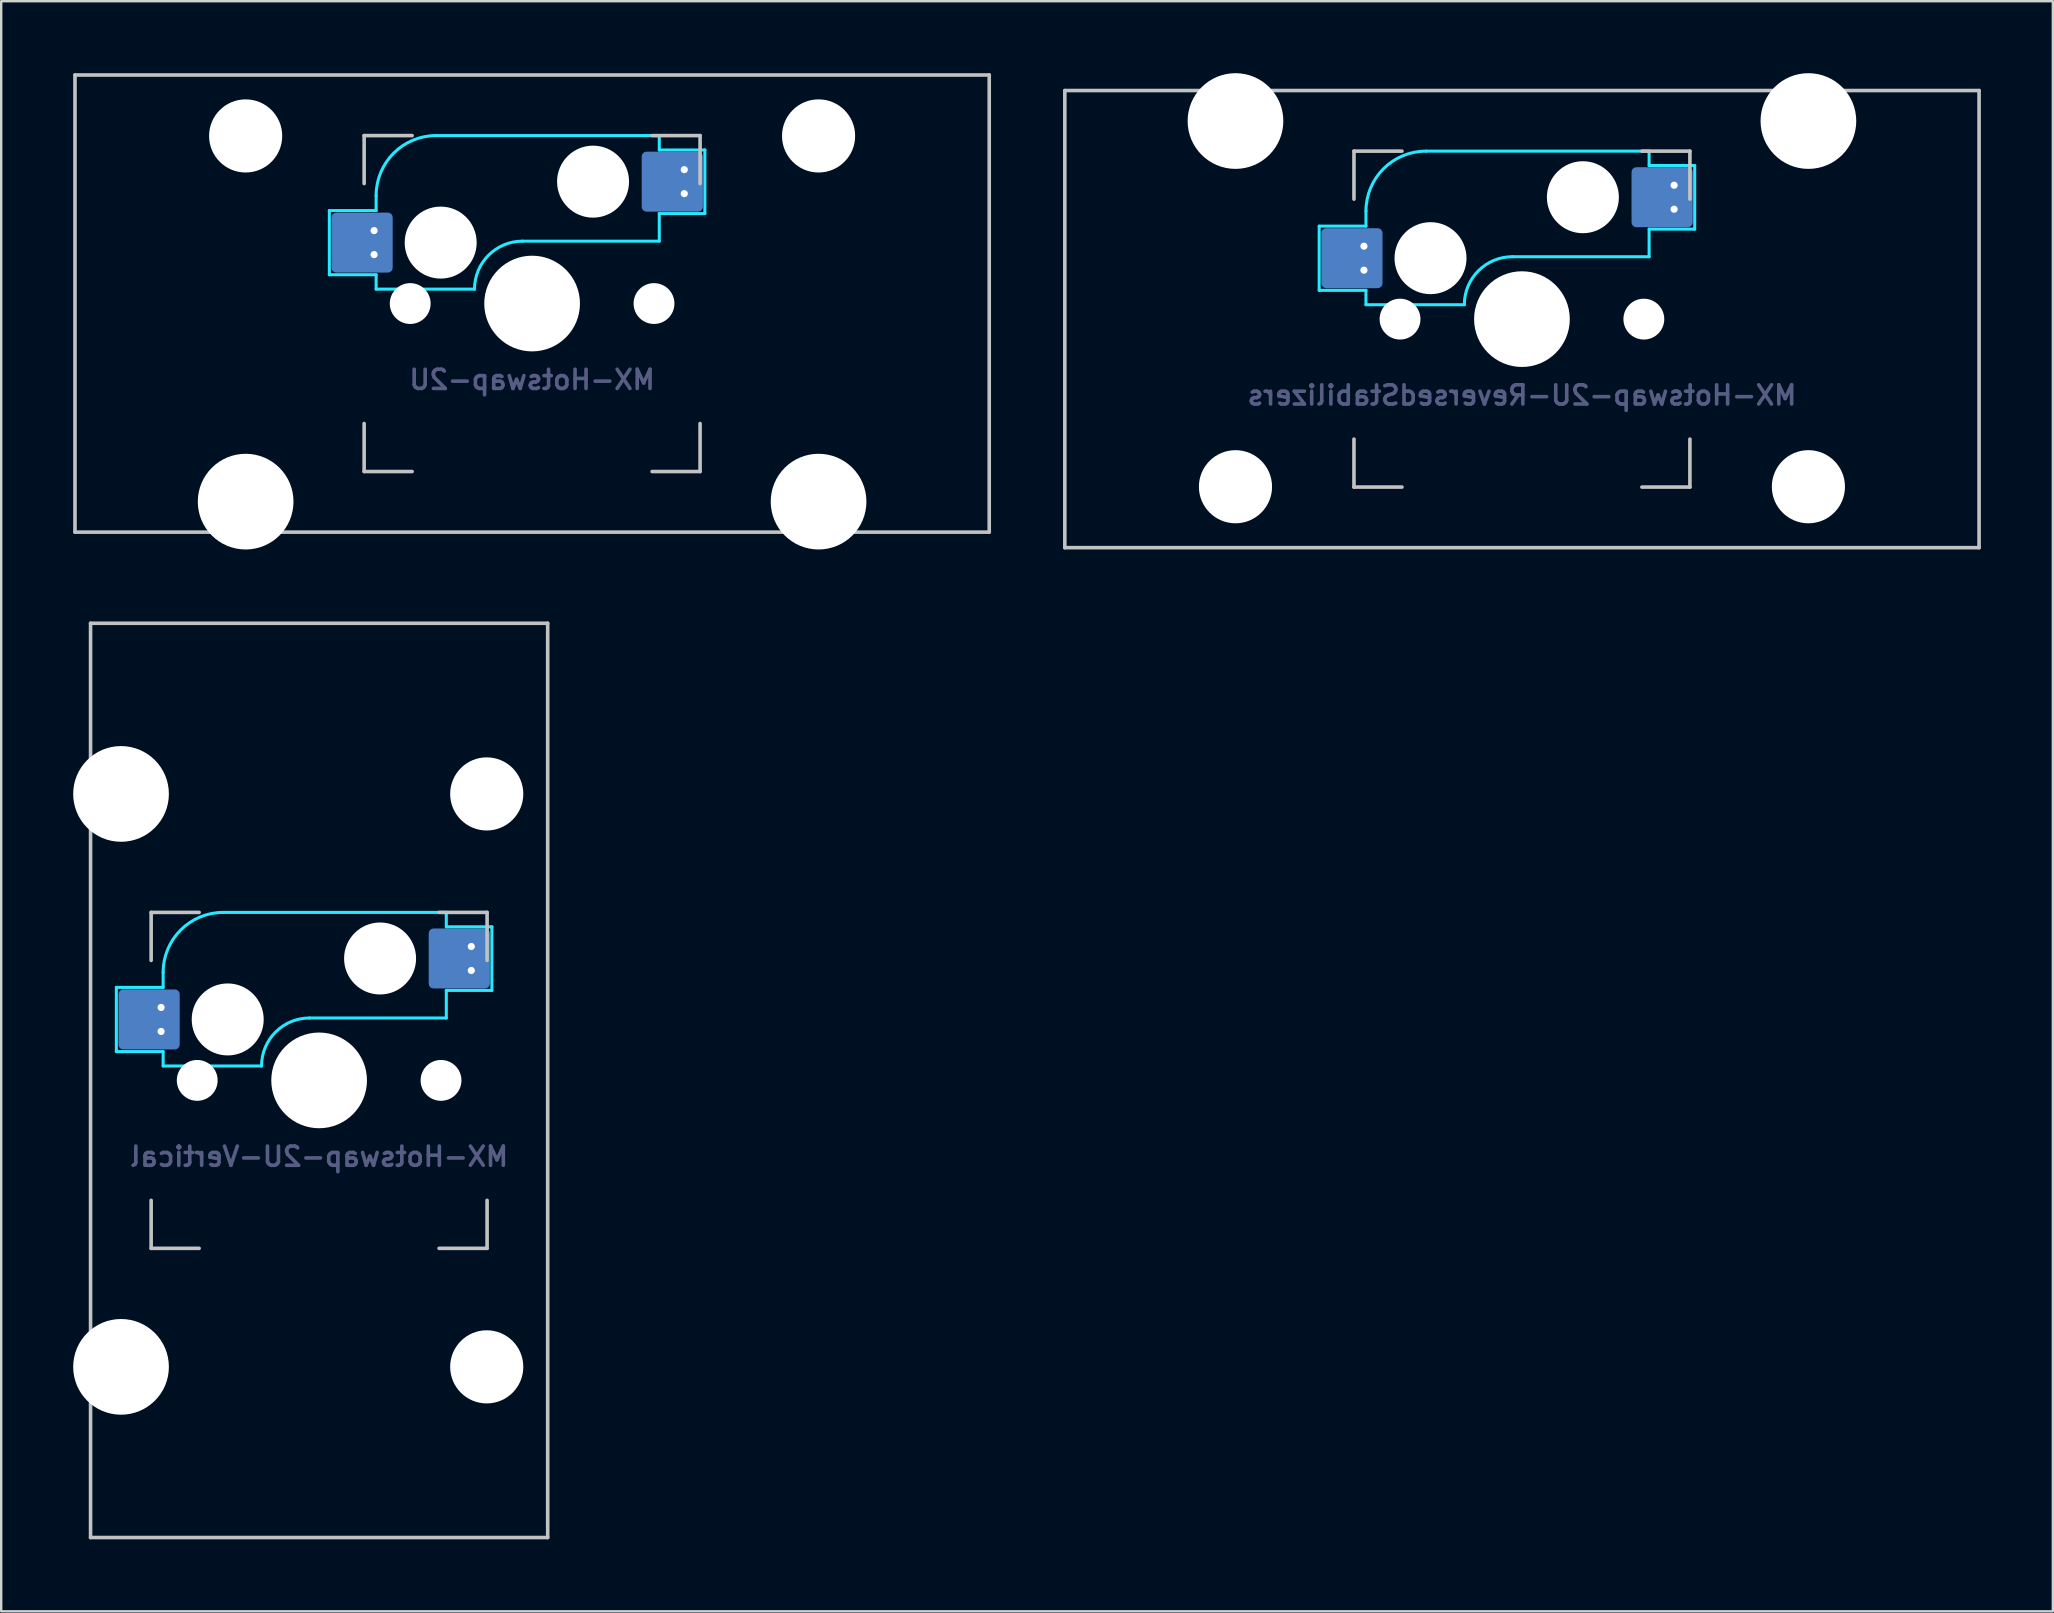
<source format=kicad_pcb>
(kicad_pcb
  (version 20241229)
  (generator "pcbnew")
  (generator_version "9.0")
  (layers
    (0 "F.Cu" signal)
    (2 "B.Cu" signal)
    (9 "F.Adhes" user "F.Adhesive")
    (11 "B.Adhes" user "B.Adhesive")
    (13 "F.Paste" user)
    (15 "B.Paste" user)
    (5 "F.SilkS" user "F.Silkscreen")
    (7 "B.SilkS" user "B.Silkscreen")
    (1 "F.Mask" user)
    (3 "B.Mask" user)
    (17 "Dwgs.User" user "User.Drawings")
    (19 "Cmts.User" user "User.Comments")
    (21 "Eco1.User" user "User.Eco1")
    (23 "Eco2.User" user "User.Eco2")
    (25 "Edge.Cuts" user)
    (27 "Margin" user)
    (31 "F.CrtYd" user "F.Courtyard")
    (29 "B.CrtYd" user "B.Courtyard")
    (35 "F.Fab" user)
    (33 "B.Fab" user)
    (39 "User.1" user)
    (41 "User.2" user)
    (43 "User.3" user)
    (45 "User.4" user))
  (footprint "MX-Hotswap-2U"
    (layer "F.Cu")
    (at 19.125 9.6)
    (property "Reference" "MX-Hotswap-2U" (at 0 3.175 0) (layer "B.Fab") (effects (font (size 0.8 0.8) (thickness 0.15)) (justify mirror)))
    (attr smd)
    (fp_line (start -19.05 9.525) (end -19.05 -9.525) (stroke (width 0.15) (type solid)) (layer "Dwgs.User"))
    (fp_line (start -7 -7) (end -7 -5) (stroke (width 0.15) (type solid)) (layer "Dwgs.User"))
    (fp_line (start -7 5) (end -7 7) (stroke (width 0.15) (type solid)) (layer "Dwgs.User"))
    (fp_line (start -7 7) (end -5 7) (stroke (width 0.15) (type solid)) (layer "Dwgs.User"))
    (fp_line (start -5 -7) (end -7 -7) (stroke (width 0.15) (type solid)) (layer "Dwgs.User"))
    (fp_line (start 5 -7) (end 7 -7) (stroke (width 0.15) (type solid)) (layer "Dwgs.User"))
    (fp_line (start 5 7) (end 7 7) (stroke (width 0.15) (type solid)) (layer "Dwgs.User"))
    (fp_line (start 7 -7) (end 7 -5) (stroke (width 0.15) (type solid)) (layer "Dwgs.User"))
    (fp_line (start 7 7) (end 7 5) (stroke (width 0.15) (type solid)) (layer "Dwgs.User"))
    (fp_line (start 19.05 -9.525) (end -19.05 -9.525) (stroke (width 0.15) (type solid)) (layer "Dwgs.User"))
    (fp_line (start 19.05 9.525) (end -19.05 9.525) (stroke (width 0.15) (type solid)) (layer "Dwgs.User"))
    (fp_line (start 19.05 9.525) (end 19.05 -9.525) (stroke (width 0.15) (type solid)) (layer "Dwgs.User"))
    (fp_line (start -8.45 -3.875) (end -8.45 -1.2) (stroke (width 0.127) (type solid)) (layer "B.CrtYd"))
    (fp_line (start -8.45 -1.2) (end -6.5 -1.2) (stroke (width 0.127) (type solid)) (layer "B.CrtYd"))
    (fp_line (start -6.5 -4.5) (end -6.5 -3.875) (stroke (width 0.127) (type solid)) (layer "B.CrtYd"))
    (fp_line (start -6.5 -3.875) (end -8.45 -3.875) (stroke (width 0.127) (type solid)) (layer "B.CrtYd"))
    (fp_line (start -6.5 -0.6) (end -6.5 -1.2) (stroke (width 0.127) (type solid)) (layer "B.CrtYd"))
    (fp_line (start -6.5 -0.6) (end -2.4 -0.6) (stroke (width 0.127) (type solid)) (layer "B.CrtYd"))
    (fp_line (start -0.4 -2.6) (end 5.3 -2.6) (stroke (width 0.127) (type solid)) (layer "B.CrtYd"))
    (fp_line (start 5.3 -7) (end -4 -7) (stroke (width 0.127) (type solid)) (layer "B.CrtYd"))
    (fp_line (start 5.3 -7) (end 5.3 -6.4) (stroke (width 0.127) (type solid)) (layer "B.CrtYd"))
    (fp_line (start 5.3 -6.4) (end 7.2 -6.4) (stroke (width 0.127) (type solid)) (layer "B.CrtYd"))
    (fp_line (start 5.3 -2.6) (end 5.3 -3.75) (stroke (width 0.127) (type solid)) (layer "B.CrtYd"))
    (fp_line (start 7.2 -6.4) (end 7.2 -3.75) (stroke (width 0.127) (type solid)) (layer "B.CrtYd"))
    (fp_line (start 7.2 -3.75) (end 5.3 -3.75) (stroke (width 0.127) (type solid)) (layer "B.CrtYd"))
    (fp_arc (start -6.5 -4.5) (mid -5.767767 -6.267767) (end -4 -7) (stroke (width 0.127) (type solid)) (layer "B.CrtYd"))
    (fp_arc (start -2.4 -0.6) (mid -1.814214 -2.014214) (end -0.4 -2.6) (stroke (width 0.127) (type solid)) (layer "B.CrtYd"))
    (pad "" np_thru_hole circle (at -11.938 -6.985) (size 3.048 3.048) (drill 3.048) (layers "*.Cu" "*.Mask"))
    (pad "" np_thru_hole circle (at -11.938 8.255) (size 3.988 3.988) (drill 3.988) (layers "*.Cu" "*.Mask"))
    (pad "" np_thru_hole circle (at -5.08 0 48.099) (size 1.702 1.702) (drill 1.702) (layers "*.Cu" "*.Mask"))
    (pad "" np_thru_hole circle (at -3.81 -2.54) (size 3 3) (drill 3) (layers "*.Cu" "*.Mask"))
    (pad "" np_thru_hole circle (at 0 0) (size 3.988 3.988) (drill 3.988) (layers "*.Cu" "*.Mask"))
    (pad "" np_thru_hole circle (at 2.54 -5.08) (size 3 3) (drill 3) (layers "*.Cu" "*.Mask"))
    (pad "" np_thru_hole circle (at 5.08 0 48.099) (size 1.702 1.702) (drill 1.702) (layers "*.Cu" "*.Mask"))
    (pad "" np_thru_hole circle (at 11.938 -6.985) (size 3.048 3.048) (drill 3.048) (layers "*.Cu" "*.Mask"))
    (pad "" np_thru_hole circle (at 11.938 8.255) (size 3.988 3.988) (drill 3.988) (layers "*.Cu" "*.Mask"))
    (pad "1" smd roundrect (at -7.085 -2.54) (size 2.55 2.5) (layers "B.Cu" "B.Mask" "B.Paste") (roundrect_rratio 0.08))
    (pad "1" thru_hole circle (at -6.585 -3.04) (size 0.6 0.6) (drill 0.3) (layers "*.Cu" "*.Mask"))
    (pad "1" thru_hole circle (at -6.585 -2.04) (size 0.6 0.6) (drill 0.3) (layers "*.Cu" "*.Mask"))
    (pad "2" smd roundrect (at 5.842 -5.08) (size 2.55 2.5) (layers "B.Cu" "B.Mask" "B.Paste") (roundrect_rratio 0.08))
    (pad "2" thru_hole circle (at 6.342 -5.58) (size 0.6 0.6) (drill 0.3) (layers "*.Cu" "*.Mask"))
    (pad "2" thru_hole circle (at 6.342 -4.58) (size 0.6 0.6) (drill 0.3) (layers "*.Cu" "*.Mask")))
  (footprint "MX-Hotswap-2U-ReversedStabilizers"
    (layer "F.Cu")
    (at 60.375 10.249)
    (property "Reference" "MX-Hotswap-2U-ReversedStabilizers" (at 0 3.175 0) (layer "B.Fab") (effects (font (size 0.8 0.8) (thickness 0.15)) (justify mirror)))
    (attr smd)
    (fp_line (start -19.05 9.525) (end -19.05 -9.525) (stroke (width 0.15) (type solid)) (layer "Dwgs.User"))
    (fp_line (start -7 -7) (end -7 -5) (stroke (width 0.15) (type solid)) (layer "Dwgs.User"))
    (fp_line (start -7 5) (end -7 7) (stroke (width 0.15) (type solid)) (layer "Dwgs.User"))
    (fp_line (start -7 7) (end -5 7) (stroke (width 0.15) (type solid)) (layer "Dwgs.User"))
    (fp_line (start -5 -7) (end -7 -7) (stroke (width 0.15) (type solid)) (layer "Dwgs.User"))
    (fp_line (start 5 -7) (end 7 -7) (stroke (width 0.15) (type solid)) (layer "Dwgs.User"))
    (fp_line (start 5 7) (end 7 7) (stroke (width 0.15) (type solid)) (layer "Dwgs.User"))
    (fp_line (start 7 -7) (end 7 -5) (stroke (width 0.15) (type solid)) (layer "Dwgs.User"))
    (fp_line (start 7 7) (end 7 5) (stroke (width 0.15) (type solid)) (layer "Dwgs.User"))
    (fp_line (start 19.05 -9.525) (end -19.05 -9.525) (stroke (width 0.15) (type solid)) (layer "Dwgs.User"))
    (fp_line (start 19.05 9.525) (end -19.05 9.525) (stroke (width 0.15) (type solid)) (layer "Dwgs.User"))
    (fp_line (start 19.05 9.525) (end 19.05 -9.525) (stroke (width 0.15) (type solid)) (layer "Dwgs.User"))
    (fp_line (start -8.45 -3.875) (end -8.45 -1.2) (stroke (width 0.127) (type solid)) (layer "B.CrtYd"))
    (fp_line (start -8.45 -1.2) (end -6.5 -1.2) (stroke (width 0.127) (type solid)) (layer "B.CrtYd"))
    (fp_line (start -6.5 -4.5) (end -6.5 -3.875) (stroke (width 0.127) (type solid)) (layer "B.CrtYd"))
    (fp_line (start -6.5 -3.875) (end -8.45 -3.875) (stroke (width 0.127) (type solid)) (layer "B.CrtYd"))
    (fp_line (start -6.5 -0.6) (end -6.5 -1.2) (stroke (width 0.127) (type solid)) (layer "B.CrtYd"))
    (fp_line (start -6.5 -0.6) (end -2.4 -0.6) (stroke (width 0.127) (type solid)) (layer "B.CrtYd"))
    (fp_line (start -0.4 -2.6) (end 5.3 -2.6) (stroke (width 0.127) (type solid)) (layer "B.CrtYd"))
    (fp_line (start 5.3 -7) (end -4 -7) (stroke (width 0.127) (type solid)) (layer "B.CrtYd"))
    (fp_line (start 5.3 -7) (end 5.3 -6.4) (stroke (width 0.127) (type solid)) (layer "B.CrtYd"))
    (fp_line (start 5.3 -6.4) (end 7.2 -6.4) (stroke (width 0.127) (type solid)) (layer "B.CrtYd"))
    (fp_line (start 5.3 -2.6) (end 5.3 -3.75) (stroke (width 0.127) (type solid)) (layer "B.CrtYd"))
    (fp_line (start 7.2 -6.4) (end 7.2 -3.75) (stroke (width 0.127) (type solid)) (layer "B.CrtYd"))
    (fp_line (start 7.2 -3.75) (end 5.3 -3.75) (stroke (width 0.127) (type solid)) (layer "B.CrtYd"))
    (fp_arc (start -6.5 -4.5) (mid -5.767767 -6.267767) (end -4 -7) (stroke (width 0.127) (type solid)) (layer "B.CrtYd"))
    (fp_arc (start -2.4 -0.6) (mid -1.814214 -2.014214) (end -0.4 -2.6) (stroke (width 0.127) (type solid)) (layer "B.CrtYd"))
    (pad "" np_thru_hole circle (at -11.938 -8.255) (size 3.988 3.988) (drill 3.988) (layers "*.Cu" "*.Mask"))
    (pad "" np_thru_hole circle (at -11.938 6.985) (size 3.048 3.048) (drill 3.048) (layers "*.Cu" "*.Mask"))
    (pad "" np_thru_hole circle (at -5.08 0 48.099) (size 1.702 1.702) (drill 1.702) (layers "*.Cu" "*.Mask"))
    (pad "" np_thru_hole circle (at -3.81 -2.54) (size 3 3) (drill 3) (layers "*.Cu" "*.Mask"))
    (pad "" np_thru_hole circle (at 0 0) (size 3.988 3.988) (drill 3.988) (layers "*.Cu" "*.Mask"))
    (pad "" np_thru_hole circle (at 2.54 -5.08) (size 3 3) (drill 3) (layers "*.Cu" "*.Mask"))
    (pad "" np_thru_hole circle (at 5.08 0 48.099) (size 1.702 1.702) (drill 1.702) (layers "*.Cu" "*.Mask"))
    (pad "" np_thru_hole circle (at 11.938 -8.255) (size 3.988 3.988) (drill 3.988) (layers "*.Cu" "*.Mask"))
    (pad "" np_thru_hole circle (at 11.938 6.985) (size 3.048 3.048) (drill 3.048) (layers "*.Cu" "*.Mask"))
    (pad "1" smd roundrect (at -7.085 -2.54) (size 2.55 2.5) (layers "B.Cu" "B.Mask" "B.Paste") (roundrect_rratio 0.08))
    (pad "1" thru_hole circle (at -6.585 -3.04) (size 0.6 0.6) (drill 0.3) (layers "*.Cu" "*.Mask"))
    (pad "1" thru_hole circle (at -6.585 -2.04) (size 0.6 0.6) (drill 0.3) (layers "*.Cu" "*.Mask"))
    (pad "2" smd roundrect (at 5.842 -5.08) (size 2.55 2.5) (layers "B.Cu" "B.Mask" "B.Paste") (roundrect_rratio 0.08))
    (pad "2" thru_hole circle (at 6.342 -5.58) (size 0.6 0.6) (drill 0.3) (layers "*.Cu" "*.Mask"))
    (pad "2" thru_hole circle (at 6.342 -4.58) (size 0.6 0.6) (drill 0.3) (layers "*.Cu" "*.Mask")))
  (footprint "MX-Hotswap-2U-Vertical"
    (layer "F.Cu")
    (at 10.249 41.974)
    (property "Reference" "MX-Hotswap-2U-Vertical" (at 0 3.175 0) (layer "B.Fab") (effects (font (size 0.8 0.8) (thickness 0.15)) (justify mirror)))
    (attr smd)
    (fp_line (start -9.525 19.05) (end -9.525 -19.05) (stroke (width 0.15) (type solid)) (layer "Dwgs.User"))
    (fp_line (start -7 -7) (end -7 -5) (stroke (width 0.15) (type solid)) (layer "Dwgs.User"))
    (fp_line (start -7 5) (end -7 7) (stroke (width 0.15) (type solid)) (layer "Dwgs.User"))
    (fp_line (start -7 7) (end -5 7) (stroke (width 0.15) (type solid)) (layer "Dwgs.User"))
    (fp_line (start -5 -7) (end -7 -7) (stroke (width 0.15) (type solid)) (layer "Dwgs.User"))
    (fp_line (start 5 -7) (end 7 -7) (stroke (width 0.15) (type solid)) (layer "Dwgs.User"))
    (fp_line (start 5 7) (end 7 7) (stroke (width 0.15) (type solid)) (layer "Dwgs.User"))
    (fp_line (start 7 -7) (end 7 -5) (stroke (width 0.15) (type solid)) (layer "Dwgs.User"))
    (fp_line (start 7 7) (end 7 5) (stroke (width 0.15) (type solid)) (layer "Dwgs.User"))
    (fp_line (start 9.525 -19.05) (end -9.525 -19.05) (stroke (width 0.15) (type solid)) (layer "Dwgs.User"))
    (fp_line (start 9.525 19.05) (end -9.525 19.05) (stroke (width 0.15) (type solid)) (layer "Dwgs.User"))
    (fp_line (start 9.525 19.05) (end 9.525 -19.05) (stroke (width 0.15) (type solid)) (layer "Dwgs.User"))
    (fp_line (start -8.45 -3.875) (end -8.45 -1.2) (stroke (width 0.127) (type solid)) (layer "B.CrtYd"))
    (fp_line (start -8.45 -1.2) (end -6.5 -1.2) (stroke (width 0.127) (type solid)) (layer "B.CrtYd"))
    (fp_line (start -6.5 -4.5) (end -6.5 -3.875) (stroke (width 0.127) (type solid)) (layer "B.CrtYd"))
    (fp_line (start -6.5 -3.875) (end -8.45 -3.875) (stroke (width 0.127) (type solid)) (layer "B.CrtYd"))
    (fp_line (start -6.5 -0.6) (end -6.5 -1.2) (stroke (width 0.127) (type solid)) (layer "B.CrtYd"))
    (fp_line (start -6.5 -0.6) (end -2.4 -0.6) (stroke (width 0.127) (type solid)) (layer "B.CrtYd"))
    (fp_line (start -0.4 -2.6) (end 5.3 -2.6) (stroke (width 0.127) (type solid)) (layer "B.CrtYd"))
    (fp_line (start 5.3 -7) (end -4 -7) (stroke (width 0.127) (type solid)) (layer "B.CrtYd"))
    (fp_line (start 5.3 -7) (end 5.3 -6.4) (stroke (width 0.127) (type solid)) (layer "B.CrtYd"))
    (fp_line (start 5.3 -6.4) (end 7.2 -6.4) (stroke (width 0.127) (type solid)) (layer "B.CrtYd"))
    (fp_line (start 5.3 -2.6) (end 5.3 -3.75) (stroke (width 0.127) (type solid)) (layer "B.CrtYd"))
    (fp_line (start 7.2 -6.4) (end 7.2 -3.75) (stroke (width 0.127) (type solid)) (layer "B.CrtYd"))
    (fp_line (start 7.2 -3.75) (end 5.3 -3.75) (stroke (width 0.127) (type solid)) (layer "B.CrtYd"))
    (fp_arc (start -6.5 -4.5) (mid -5.767767 -6.267767) (end -4 -7) (stroke (width 0.127) (type solid)) (layer "B.CrtYd"))
    (fp_arc (start -2.4 -0.6) (mid -1.814214 -2.014214) (end -0.4 -2.6) (stroke (width 0.127) (type solid)) (layer "B.CrtYd"))
    (pad "" np_thru_hole circle (at -8.255 -11.938) (size 3.988 3.988) (drill 3.988) (layers "*.Cu" "*.Mask"))
    (pad "" np_thru_hole circle (at -8.255 11.938) (size 3.988 3.988) (drill 3.988) (layers "*.Cu" "*.Mask"))
    (pad "" np_thru_hole circle (at -5.08 0 48.099) (size 1.702 1.702) (drill 1.702) (layers "*.Cu" "*.Mask"))
    (pad "" np_thru_hole circle (at -3.81 -2.54) (size 3 3) (drill 3) (layers "*.Cu" "*.Mask"))
    (pad "" np_thru_hole circle (at 0 0) (size 3.988 3.988) (drill 3.988) (layers "*.Cu" "*.Mask"))
    (pad "" np_thru_hole circle (at 2.54 -5.08) (size 3 3) (drill 3) (layers "*.Cu" "*.Mask"))
    (pad "" np_thru_hole circle (at 5.08 0 48.099) (size 1.702 1.702) (drill 1.702) (layers "*.Cu" "*.Mask"))
    (pad "" np_thru_hole circle (at 6.985 -11.938) (size 3.048 3.048) (drill 3.048) (layers "*.Cu" "*.Mask"))
    (pad "" np_thru_hole circle (at 6.985 11.938) (size 3.048 3.048) (drill 3.048) (layers "*.Cu" "*.Mask"))
    (pad "1" smd roundrect (at -7.085 -2.54) (size 2.55 2.5) (layers "B.Cu" "B.Mask" "B.Paste") (roundrect_rratio 0.08))
    (pad "1" thru_hole circle (at -6.585 -3.04) (size 0.6 0.6) (drill 0.3) (layers "*.Cu" "*.Mask"))
    (pad "1" thru_hole circle (at -6.585 -2.04) (size 0.6 0.6) (drill 0.3) (layers "*.Cu" "*.Mask"))
    (pad "2" smd roundrect (at 5.842 -5.08) (size 2.55 2.5) (layers "B.Cu" "B.Mask" "B.Paste") (roundrect_rratio 0.08))
    (pad "2" thru_hole circle (at 6.342 -5.58) (size 0.6 0.6) (drill 0.3) (layers "*.Cu" "*.Mask"))
    (pad "2" thru_hole circle (at 6.342 -4.58) (size 0.6 0.6) (drill 0.3) (layers "*.Cu" "*.Mask")))
  (gr_rect
    (start -3 -3)
    (end 82.5 64.099)
    (stroke (width 0.1) (type default))
    (fill no)
    (layer "Edge.Cuts")))
</source>
